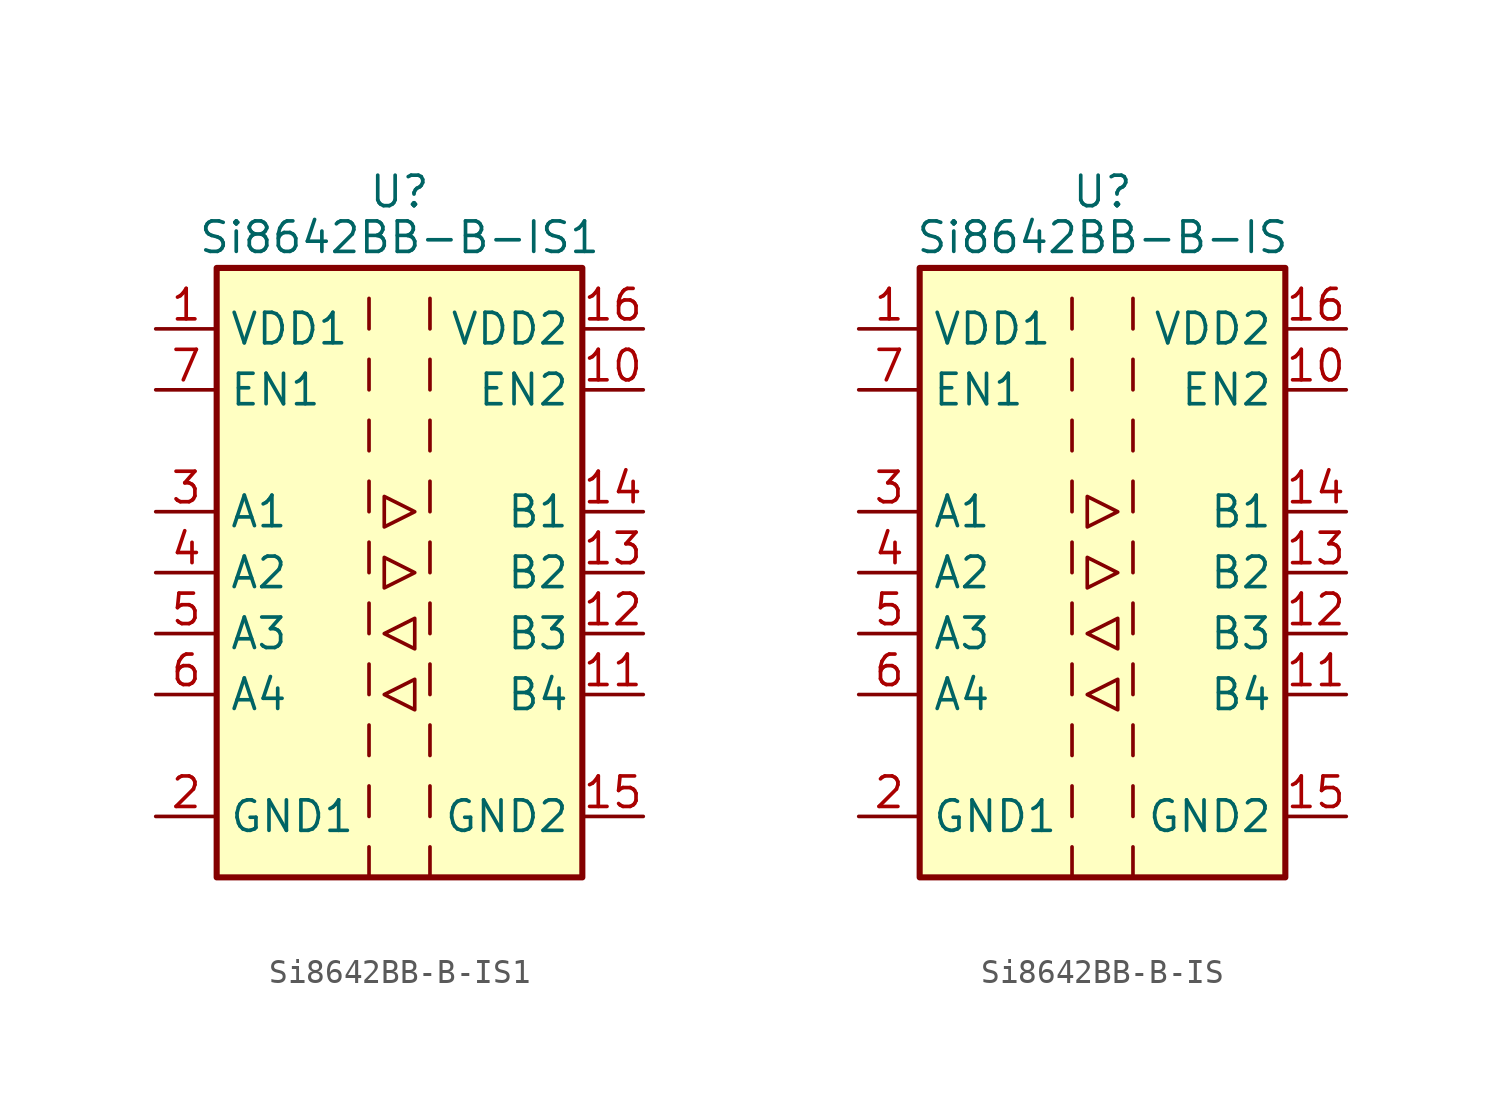
<source format=kicad_sym>
(kicad_symbol_lib
  (version 20220914)
  (generator kicad_symbol_editor)
  (symbol "Si8642BB-B-IS1"
    (property "Reference" "U"
      (at 0 15.875 0)
      (effects (font (size 1.27 1.27))))
    (property "Value" "Si8642BB-B-IS1"
      (at 0 13.97 0)
      (effects (font (size 1.27 1.27))))
    (symbol "Si8642BB-B-IS1_0_1"
      (rectangle (start -7.62 12.7) (end 7.62 -12.7) (stroke (width 0.254) (type default)) (fill (type background)))
      (polyline (pts (xy -1.27 -11.43) (xy -1.27 -12.7)) (stroke (width 0) (type default)) (fill (type none)))
      (polyline (pts (xy -1.27 -8.89) (xy -1.27 -10.16)) (stroke (width 0) (type default)) (fill (type none)))
      (polyline (pts (xy -1.27 -6.35) (xy -1.27 -7.62)) (stroke (width 0) (type default)) (fill (type none)))
      (polyline (pts (xy -1.27 -3.81) (xy -1.27 -5.08)) (stroke (width 0) (type default)) (fill (type none)))
      (polyline (pts (xy -1.27 -1.27) (xy -1.27 -2.54)) (stroke (width 0) (type default)) (fill (type none)))
      (polyline (pts (xy -1.27 1.27) (xy -1.27 0)) (stroke (width 0) (type default)) (fill (type none)))
      (polyline (pts (xy -1.27 3.81) (xy -1.27 2.54)) (stroke (width 0) (type default)) (fill (type none)))
      (polyline (pts (xy -1.27 6.35) (xy -1.27 5.08)) (stroke (width 0) (type default)) (fill (type none)))
      (polyline (pts (xy -1.27 8.89) (xy -1.27 7.62)) (stroke (width 0) (type default)) (fill (type none)))
      (polyline (pts (xy -1.27 11.43) (xy -1.27 10.16)) (stroke (width 0) (type default)) (fill (type none)))
      (polyline (pts (xy 1.27 -11.43) (xy 1.27 -12.7)) (stroke (width 0) (type default)) (fill (type none)))
      (polyline (pts (xy 1.27 -8.89) (xy 1.27 -10.16)) (stroke (width 0) (type default)) (fill (type none)))
      (polyline (pts (xy 1.27 -6.35) (xy 1.27 -7.62)) (stroke (width 0) (type default)) (fill (type none)))
      (polyline (pts (xy 1.27 -3.81) (xy 1.27 -5.08)) (stroke (width 0) (type default)) (fill (type none)))
      (polyline (pts (xy 1.27 -1.27) (xy 1.27 -2.54)) (stroke (width 0) (type default)) (fill (type none)))
      (polyline (pts (xy 1.27 1.27) (xy 1.27 0)) (stroke (width 0) (type default)) (fill (type none)))
      (polyline (pts (xy 1.27 3.81) (xy 1.27 2.54)) (stroke (width 0) (type default)) (fill (type none)))
      (polyline (pts (xy 1.27 6.35) (xy 1.27 5.08)) (stroke (width 0) (type default)) (fill (type none)))
      (polyline (pts (xy 1.27 8.89) (xy 1.27 7.62)) (stroke (width 0) (type default)) (fill (type none)))
      (polyline (pts (xy 1.27 11.43) (xy 1.27 10.16)) (stroke (width 0) (type default)) (fill (type none)))
      (polyline (pts (xy -0.635 -5.08) (xy 0.635 -4.445) (xy 0.635 -5.715) (xy -0.635 -5.08)) (stroke (width 0) (type default)) (fill (type none)))
      (polyline (pts (xy -0.635 -2.54) (xy 0.635 -1.905) (xy 0.635 -3.175) (xy -0.635 -2.54)) (stroke (width 0) (type default)) (fill (type none)))
      (polyline (pts (xy -0.635 0.635) (xy -0.635 -0.635) (xy 0.635 0) (xy -0.635 0.635)) (stroke (width 0) (type default)) (fill (type none)))
      (polyline (pts (xy -0.635 3.175) (xy -0.635 1.905) (xy 0.635 2.54) (xy -0.635 3.175)) (stroke (width 0) (type default)) (fill (type none))))
    (symbol "Si8642BB-B-IS1_1_1"
      (pin power_in line (at -10.16 10.16 0) (length 2.54) (name "VDD1" (effects (font (size 1.27 1.27)))) (number "1" (effects (font (size 1.27 1.27)))))
      (pin input line (at 10.16 7.62 180) (length 2.54) (name "EN2" (effects (font (size 1.27 1.27)))) (number "10" (effects (font (size 1.27 1.27)))))
      (pin input line (at 10.16 -5.08 180) (length 2.54) (name "B4" (effects (font (size 1.27 1.27)))) (number "11" (effects (font (size 1.27 1.27)))))
      (pin input line (at 10.16 -2.54 180) (length 2.54) (name "B3" (effects (font (size 1.27 1.27)))) (number "12" (effects (font (size 1.27 1.27)))))
      (pin output line (at 10.16 0 180) (length 2.54) (name "B2" (effects (font (size 1.27 1.27)))) (number "13" (effects (font (size 1.27 1.27)))))
      (pin output line (at 10.16 2.54 180) (length 2.54) (name "B1" (effects (font (size 1.27 1.27)))) (number "14" (effects (font (size 1.27 1.27)))))
      (pin power_in line (at 10.16 -10.16 180) (length 2.54) (name "GND2" (effects (font (size 1.27 1.27)))) (number "15" (effects (font (size 1.27 1.27)))))
      (pin power_in line (at 10.16 10.16 180) (length 2.54) (name "VDD2" (effects (font (size 1.27 1.27)))) (number "16" (effects (font (size 1.27 1.27)))))
      (pin power_in line (at -10.16 -10.16 0) (length 2.54) (name "GND1" (effects (font (size 1.27 1.27)))) (number "2" (effects (font (size 1.27 1.27)))))
      (pin input line (at -10.16 2.54 0) (length 2.54) (name "A1" (effects (font (size 1.27 1.27)))) (number "3" (effects (font (size 1.27 1.27)))))
      (pin input line (at -10.16 0 0) (length 2.54) (name "A2" (effects (font (size 1.27 1.27)))) (number "4" (effects (font (size 1.27 1.27)))))
      (pin output line (at -10.16 -2.54 0) (length 2.54) (name "A3" (effects (font (size 1.27 1.27)))) (number "5" (effects (font (size 1.27 1.27)))))
      (pin output line (at -10.16 -5.08 0) (length 2.54) (name "A4" (effects (font (size 1.27 1.27)))) (number "6" (effects (font (size 1.27 1.27)))))
      (pin input line (at -10.16 7.62 0) (length 2.54) (name "EN1" (effects (font (size 1.27 1.27)))) (number "7" (effects (font (size 1.27 1.27)))))
      (pin passive line (at -10.16 -10.16 0) (length 2.54) hide (name "GND1" (effects (font (size 1.27 1.27)))) (number "8" (effects (font (size 1.27 1.27)))))
      (pin passive line (at 10.16 -10.16 180) (length 2.54) hide (name "GND2" (effects (font (size 1.27 1.27)))) (number "9" (effects (font (size 1.27 1.27)))))))
  (symbol "Si8642BB-B-IS"
    (property "Reference" "U"
      (at 0 15.875 0)
      (effects (font (size 1.27 1.27))))
    (property "Value" "Si8642BB-B-IS"
      (at 0 13.97 0)
      (effects (font (size 1.27 1.27))))
    (symbol "Si8642BB-B-IS_0_1"
      (rectangle (start -7.62 12.7) (end 7.62 -12.7) (stroke (width 0.254) (type default)) (fill (type background)))
      (polyline (pts (xy -1.27 -11.43) (xy -1.27 -12.7)) (stroke (width 0) (type default)) (fill (type none)))
      (polyline (pts (xy -1.27 -8.89) (xy -1.27 -10.16)) (stroke (width 0) (type default)) (fill (type none)))
      (polyline (pts (xy -1.27 -6.35) (xy -1.27 -7.62)) (stroke (width 0) (type default)) (fill (type none)))
      (polyline (pts (xy -1.27 -3.81) (xy -1.27 -5.08)) (stroke (width 0) (type default)) (fill (type none)))
      (polyline (pts (xy -1.27 -1.27) (xy -1.27 -2.54)) (stroke (width 0) (type default)) (fill (type none)))
      (polyline (pts (xy -1.27 1.27) (xy -1.27 0)) (stroke (width 0) (type default)) (fill (type none)))
      (polyline (pts (xy -1.27 3.81) (xy -1.27 2.54)) (stroke (width 0) (type default)) (fill (type none)))
      (polyline (pts (xy -1.27 6.35) (xy -1.27 5.08)) (stroke (width 0) (type default)) (fill (type none)))
      (polyline (pts (xy -1.27 8.89) (xy -1.27 7.62)) (stroke (width 0) (type default)) (fill (type none)))
      (polyline (pts (xy -1.27 11.43) (xy -1.27 10.16)) (stroke (width 0) (type default)) (fill (type none)))
      (polyline (pts (xy 1.27 -11.43) (xy 1.27 -12.7)) (stroke (width 0) (type default)) (fill (type none)))
      (polyline (pts (xy 1.27 -8.89) (xy 1.27 -10.16)) (stroke (width 0) (type default)) (fill (type none)))
      (polyline (pts (xy 1.27 -6.35) (xy 1.27 -7.62)) (stroke (width 0) (type default)) (fill (type none)))
      (polyline (pts (xy 1.27 -3.81) (xy 1.27 -5.08)) (stroke (width 0) (type default)) (fill (type none)))
      (polyline (pts (xy 1.27 -1.27) (xy 1.27 -2.54)) (stroke (width 0) (type default)) (fill (type none)))
      (polyline (pts (xy 1.27 1.27) (xy 1.27 0)) (stroke (width 0) (type default)) (fill (type none)))
      (polyline (pts (xy 1.27 3.81) (xy 1.27 2.54)) (stroke (width 0) (type default)) (fill (type none)))
      (polyline (pts (xy 1.27 6.35) (xy 1.27 5.08)) (stroke (width 0) (type default)) (fill (type none)))
      (polyline (pts (xy 1.27 8.89) (xy 1.27 7.62)) (stroke (width 0) (type default)) (fill (type none)))
      (polyline (pts (xy 1.27 11.43) (xy 1.27 10.16)) (stroke (width 0) (type default)) (fill (type none)))
      (polyline (pts (xy -0.635 -5.08) (xy 0.635 -4.445) (xy 0.635 -5.715) (xy -0.635 -5.08)) (stroke (width 0) (type default)) (fill (type none)))
      (polyline (pts (xy -0.635 -2.54) (xy 0.635 -1.905) (xy 0.635 -3.175) (xy -0.635 -2.54)) (stroke (width 0) (type default)) (fill (type none)))
      (polyline (pts (xy -0.635 0.635) (xy -0.635 -0.635) (xy 0.635 0) (xy -0.635 0.635)) (stroke (width 0) (type default)) (fill (type none)))
      (polyline (pts (xy -0.635 3.175) (xy -0.635 1.905) (xy 0.635 2.54) (xy -0.635 3.175)) (stroke (width 0) (type default)) (fill (type none))))
    (symbol "Si8642BB-B-IS_1_1"
      (pin power_in line (at -10.16 10.16 0) (length 2.54) (name "VDD1" (effects (font (size 1.27 1.27)))) (number "1" (effects (font (size 1.27 1.27)))))
      (pin input line (at 10.16 7.62 180) (length 2.54) (name "EN2" (effects (font (size 1.27 1.27)))) (number "10" (effects (font (size 1.27 1.27)))))
      (pin input line (at 10.16 -5.08 180) (length 2.54) (name "B4" (effects (font (size 1.27 1.27)))) (number "11" (effects (font (size 1.27 1.27)))))
      (pin input line (at 10.16 -2.54 180) (length 2.54) (name "B3" (effects (font (size 1.27 1.27)))) (number "12" (effects (font (size 1.27 1.27)))))
      (pin output line (at 10.16 0 180) (length 2.54) (name "B2" (effects (font (size 1.27 1.27)))) (number "13" (effects (font (size 1.27 1.27)))))
      (pin output line (at 10.16 2.54 180) (length 2.54) (name "B1" (effects (font (size 1.27 1.27)))) (number "14" (effects (font (size 1.27 1.27)))))
      (pin power_in line (at 10.16 -10.16 180) (length 2.54) (name "GND2" (effects (font (size 1.27 1.27)))) (number "15" (effects (font (size 1.27 1.27)))))
      (pin power_in line (at 10.16 10.16 180) (length 2.54) (name "VDD2" (effects (font (size 1.27 1.27)))) (number "16" (effects (font (size 1.27 1.27)))))
      (pin power_in line (at -10.16 -10.16 0) (length 2.54) (name "GND1" (effects (font (size 1.27 1.27)))) (number "2" (effects (font (size 1.27 1.27)))))
      (pin input line (at -10.16 2.54 0) (length 2.54) (name "A1" (effects (font (size 1.27 1.27)))) (number "3" (effects (font (size 1.27 1.27)))))
      (pin input line (at -10.16 0 0) (length 2.54) (name "A2" (effects (font (size 1.27 1.27)))) (number "4" (effects (font (size 1.27 1.27)))))
      (pin output line (at -10.16 -2.54 0) (length 2.54) (name "A3" (effects (font (size 1.27 1.27)))) (number "5" (effects (font (size 1.27 1.27)))))
      (pin output line (at -10.16 -5.08 0) (length 2.54) (name "A4" (effects (font (size 1.27 1.27)))) (number "6" (effects (font (size 1.27 1.27)))))
      (pin input line (at -10.16 7.62 0) (length 2.54) (name "EN1" (effects (font (size 1.27 1.27)))) (number "7" (effects (font (size 1.27 1.27)))))
      (pin passive line (at -10.16 -10.16 0) (length 2.54) hide (name "GND1" (effects (font (size 1.27 1.27)))) (number "8" (effects (font (size 1.27 1.27)))))
      (pin passive line (at 10.16 -10.16 180) (length 2.54) hide (name "GND2" (effects (font (size 1.27 1.27)))) (number "9" (effects (font (size 1.27 1.27))))))))
</source>
